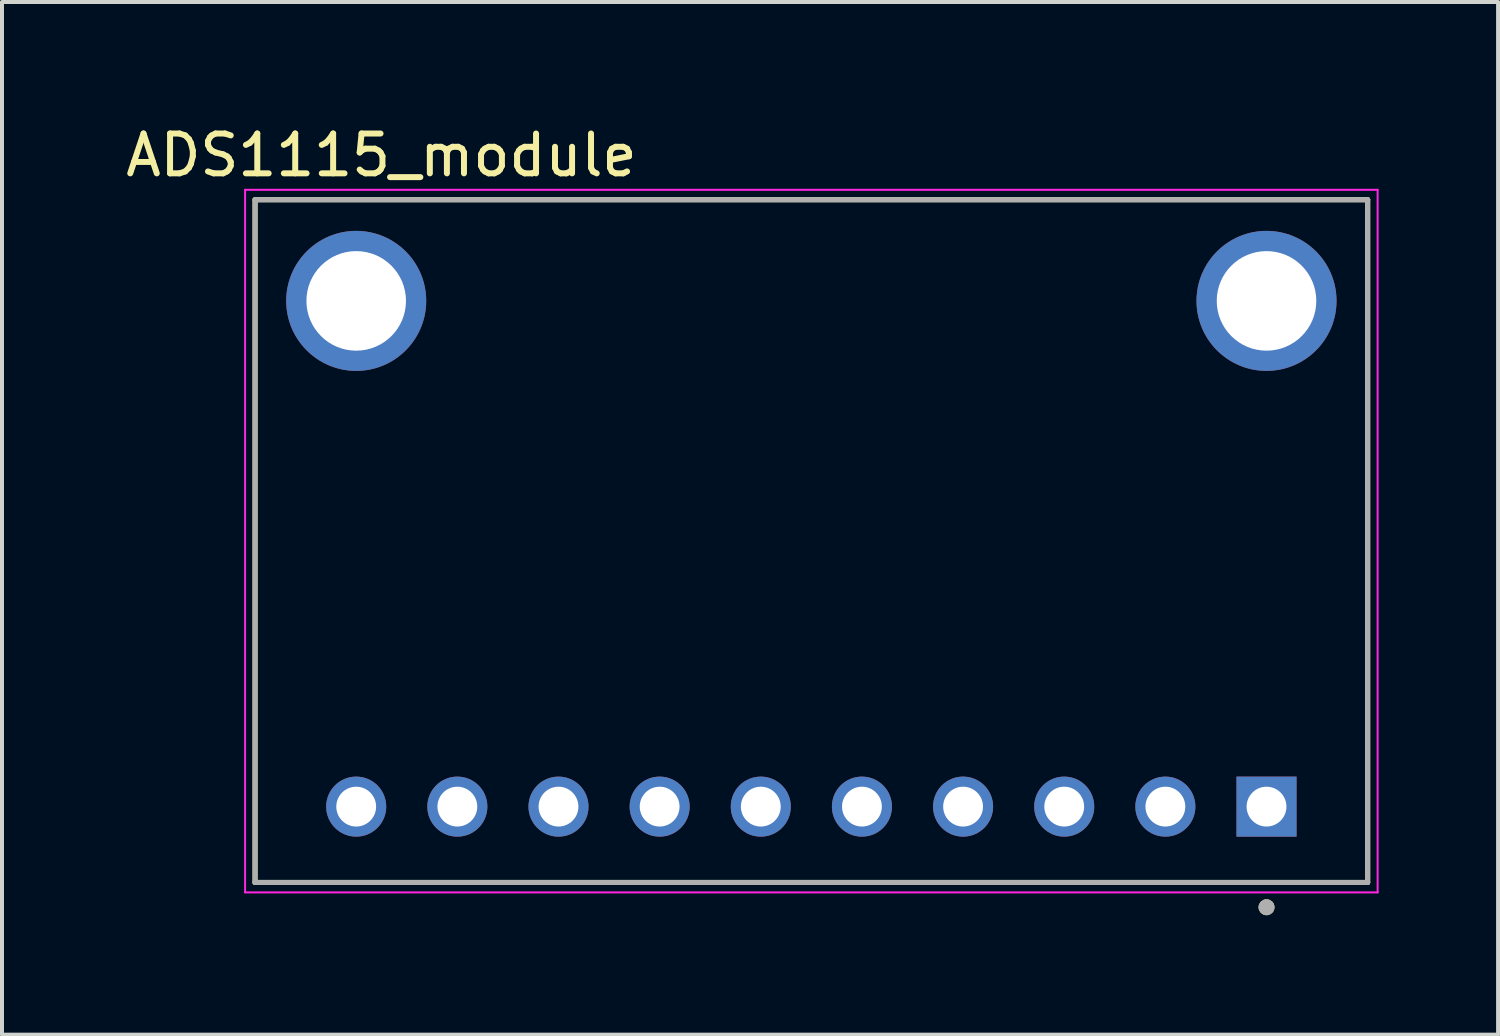
<source format=kicad_pcb>
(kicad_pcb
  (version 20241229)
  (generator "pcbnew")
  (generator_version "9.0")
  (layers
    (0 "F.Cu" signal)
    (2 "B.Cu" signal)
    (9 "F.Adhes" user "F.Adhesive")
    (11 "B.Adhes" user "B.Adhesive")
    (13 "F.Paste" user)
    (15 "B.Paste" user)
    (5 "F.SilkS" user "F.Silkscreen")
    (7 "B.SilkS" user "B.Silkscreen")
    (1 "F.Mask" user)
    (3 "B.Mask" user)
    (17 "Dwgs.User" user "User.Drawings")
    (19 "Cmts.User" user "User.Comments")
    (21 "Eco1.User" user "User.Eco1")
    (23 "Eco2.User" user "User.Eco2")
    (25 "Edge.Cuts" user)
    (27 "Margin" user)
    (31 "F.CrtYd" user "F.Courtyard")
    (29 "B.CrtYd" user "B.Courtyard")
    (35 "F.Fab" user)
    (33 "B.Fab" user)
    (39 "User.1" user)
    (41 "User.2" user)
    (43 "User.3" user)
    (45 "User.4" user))
  (footprint "ADS1115_module"
    (layer "F.Cu")
    (at 17.325 10.538)
    (property "Reference" "ADS1115_module" (at -10.795 -9.69 0) (layer "F.SilkS") (effects (font (size 1 1) (thickness 0.15))))
    (attr through_hole)
    (fp_line (start -13.97 -8.572) (end 13.97 -8.572) (stroke (width 0.127) (type solid)) (layer "F.SilkS"))
    (fp_line (start -13.97 8.572) (end -13.97 -8.572) (stroke (width 0.127) (type solid)) (layer "F.SilkS"))
    (fp_line (start 13.97 -8.572) (end 13.97 8.572) (stroke (width 0.127) (type solid)) (layer "F.SilkS"))
    (fp_line (start 13.97 8.572) (end -13.97 8.572) (stroke (width 0.127) (type solid)) (layer "F.SilkS"))
    (fp_circle (center 11.43 9.195) (end 11.53 9.195) (stroke (width 0.2) (type solid)) (fill no) (layer "F.SilkS"))
    (fp_line (start -14.22 -8.822) (end 14.22 -8.822) (stroke (width 0.05) (type solid)) (layer "F.CrtYd"))
    (fp_line (start -14.22 8.822) (end -14.22 -8.822) (stroke (width 0.05) (type solid)) (layer "F.CrtYd"))
    (fp_line (start 14.22 -8.822) (end 14.22 8.822) (stroke (width 0.05) (type solid)) (layer "F.CrtYd"))
    (fp_line (start 14.22 8.822) (end -14.22 8.822) (stroke (width 0.05) (type solid)) (layer "F.CrtYd"))
    (fp_line (start -13.97 -8.572) (end 13.97 -8.572) (stroke (width 0.127) (type solid)) (layer "F.Fab"))
    (fp_line (start -13.97 8.572) (end -13.97 -8.572) (stroke (width 0.127) (type solid)) (layer "F.Fab"))
    (fp_line (start 13.97 -8.572) (end 13.97 8.572) (stroke (width 0.127) (type solid)) (layer "F.Fab"))
    (fp_line (start 13.97 8.572) (end -13.97 8.572) (stroke (width 0.127) (type solid)) (layer "F.Fab"))
    (fp_circle (center 11.43 9.195) (end 11.53 9.195) (stroke (width 0.2) (type solid)) (fill no) (layer "F.Fab"))
    (pad "1" thru_hole rect (at 11.43 6.668) (size 1.508 1.508) (drill 1) (layers "*.Cu" "*.Mask"))
    (pad "2" thru_hole circle (at 8.89 6.668) (size 1.508 1.508) (drill 1) (layers "*.Cu" "*.Mask"))
    (pad "3" thru_hole circle (at 6.35 6.668) (size 1.508 1.508) (drill 1) (layers "*.Cu" "*.Mask"))
    (pad "4" thru_hole circle (at 3.81 6.668) (size 1.508 1.508) (drill 1) (layers "*.Cu" "*.Mask"))
    (pad "5" thru_hole circle (at 1.27 6.668) (size 1.508 1.508) (drill 1) (layers "*.Cu" "*.Mask"))
    (pad "6" thru_hole circle (at -1.27 6.668) (size 1.508 1.508) (drill 1) (layers "*.Cu" "*.Mask"))
    (pad "7" thru_hole circle (at -3.81 6.668) (size 1.508 1.508) (drill 1) (layers "*.Cu" "*.Mask"))
    (pad "8" thru_hole circle (at -6.35 6.668) (size 1.508 1.508) (drill 1) (layers "*.Cu" "*.Mask"))
    (pad "9" thru_hole circle (at -8.89 6.668) (size 1.508 1.508) (drill 1) (layers "*.Cu" "*.Mask"))
    (pad "10" thru_hole circle (at -11.43 6.668) (size 1.508 1.508) (drill 1) (layers "*.Cu" "*.Mask"))
    (pad "P1" thru_hole circle (at -11.43 -6.032) (size 3.516 3.516) (drill 2.5) (layers "*.Cu" "*.Mask"))
    (pad "P2" thru_hole circle (at 11.43 -6.032) (size 3.516 3.516) (drill 2.5) (layers "*.Cu" "*.Mask")))
  (gr_rect
    (start -3 -3)
    (end 34.57 22.933)
    (stroke (width 0.1) (type default))
    (fill no)
    (layer "Edge.Cuts")))
</source>
